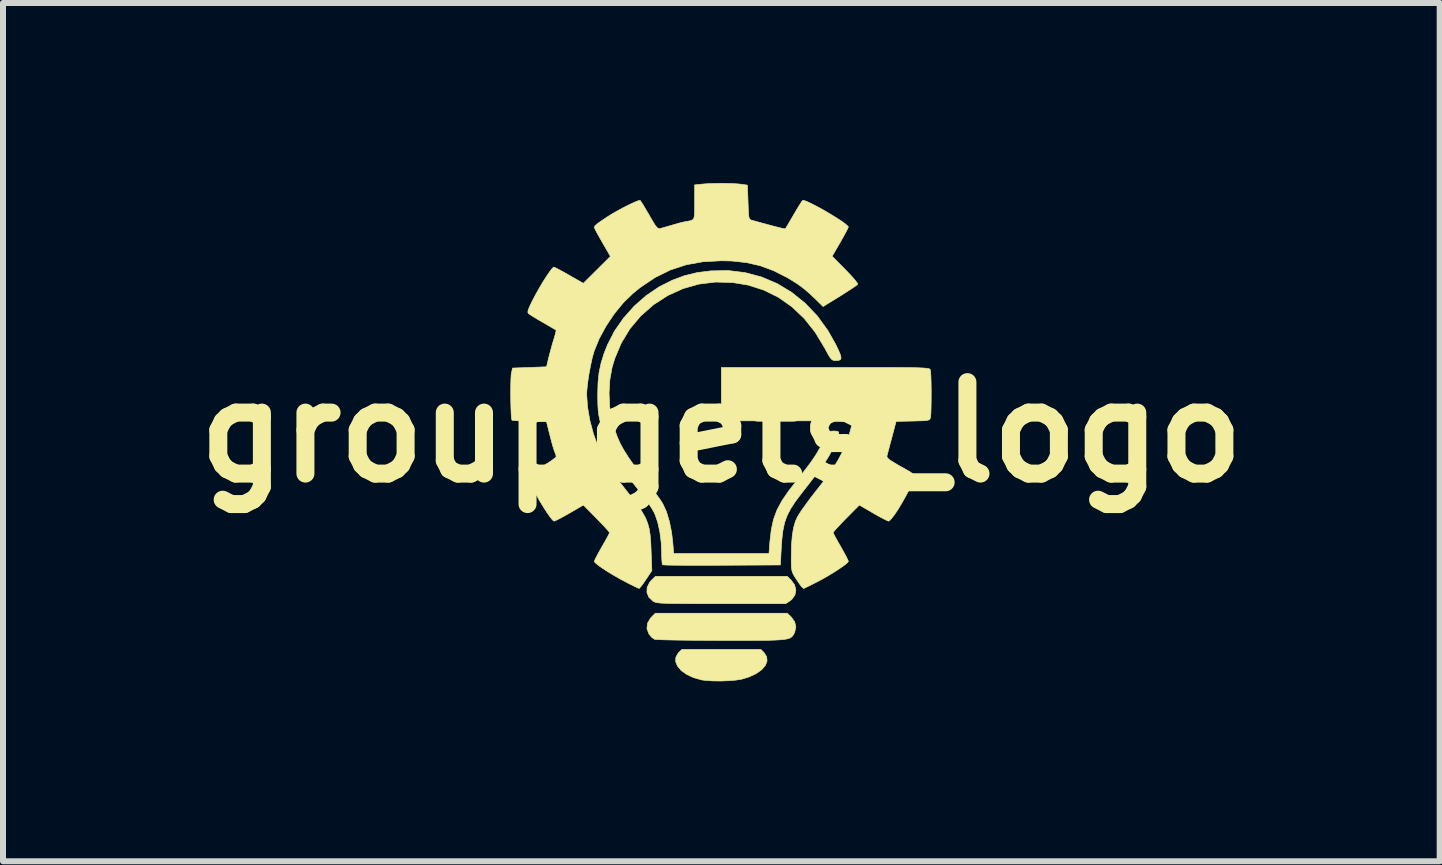
<source format=kicad_pcb>
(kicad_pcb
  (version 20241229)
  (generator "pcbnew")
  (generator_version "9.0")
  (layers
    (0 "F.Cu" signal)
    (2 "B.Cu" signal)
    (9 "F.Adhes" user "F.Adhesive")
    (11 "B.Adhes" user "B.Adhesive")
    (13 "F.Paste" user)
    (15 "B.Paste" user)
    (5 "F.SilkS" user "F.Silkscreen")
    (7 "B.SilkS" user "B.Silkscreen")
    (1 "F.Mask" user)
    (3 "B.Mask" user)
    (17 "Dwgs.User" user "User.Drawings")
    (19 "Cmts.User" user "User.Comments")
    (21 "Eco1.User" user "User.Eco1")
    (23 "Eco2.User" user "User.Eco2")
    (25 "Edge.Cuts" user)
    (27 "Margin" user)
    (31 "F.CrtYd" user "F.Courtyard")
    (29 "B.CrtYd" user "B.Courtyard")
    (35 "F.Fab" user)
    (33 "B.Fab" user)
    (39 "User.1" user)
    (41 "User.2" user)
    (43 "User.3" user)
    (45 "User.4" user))
  (footprint "groupgets_logo"
    (layer "F.Cu")
    (at 8.97 4.152)
    (property "Reference" "groupgets_logo" (at 0 0 0) (layer "F.SilkS") (effects (font (size 1.524 1.524) (thickness 0.3))))
    (attr through_hole)
    (fp_poly (pts (xy 0.71 3.671) (xy 0.755 3.74) (xy 0.762 3.813) (xy 0.733 3.887) (xy 0.671 3.959) (xy 0.58 4.023) (xy 0.462 4.078) (xy 0.337 4.116) (xy 0.242 4.131) (xy 0.119 4.141) (xy -0.016 4.146) (xy -0.15 4.144) (xy -0.267 4.136) (xy -0.331 4.127) (xy -0.465 4.089) (xy -0.578 4.036) (xy -0.668 3.972) (xy -0.73 3.899) (xy -0.761 3.824) (xy -0.758 3.749) (xy -0.718 3.679) (xy -0.71 3.671) (xy -0.658 3.619) (xy 0.658 3.619) (xy 0.71 3.671)) (stroke (width 0.01) (type solid)) (fill yes) (layer "F.SilkS"))
    (fp_poly (pts (xy 1.162 2.464) (xy 1.221 2.544) (xy 1.242 2.63) (xy 1.226 2.714) (xy 1.173 2.787) (xy 1.144 2.81) (xy 1.073 2.857) (xy 0.002 2.857) (xy -0.239 2.857) (xy -0.441 2.857) (xy -0.608 2.856) (xy -0.743 2.855) (xy -0.851 2.854) (xy -0.935 2.851) (xy -0.999 2.848) (xy -1.046 2.844) (xy -1.08 2.838) (xy -1.105 2.832) (xy -1.124 2.823) (xy -1.138 2.815) (xy -1.207 2.752) (xy -1.24 2.673) (xy -1.237 2.588) (xy -1.197 2.504) (xy -1.163 2.464) (xy -1.098 2.402) (xy 1.098 2.402) (xy 1.162 2.464)) (stroke (width 0.01) (type solid)) (fill yes) (layer "F.SilkS"))
    (fp_poly (pts (xy 1.163 3.078) (xy 1.222 3.159) (xy 1.242 3.246) (xy 1.222 3.334) (xy 1.219 3.341) (xy 1.204 3.37) (xy 1.189 3.393) (xy 1.169 3.413) (xy 1.143 3.429) (xy 1.105 3.442) (xy 1.053 3.452) (xy 0.984 3.459) (xy 0.892 3.464) (xy 0.776 3.468) (xy 0.632 3.469) (xy 0.455 3.47) (xy 0.244 3.47) (xy -0.004 3.47) (xy -0.214 3.469) (xy -0.412 3.468) (xy -0.594 3.466) (xy -0.755 3.464) (xy -0.892 3.461) (xy -1.001 3.458) (xy -1.076 3.454) (xy -1.114 3.45) (xy -1.116 3.45) (xy -1.159 3.419) (xy -1.202 3.369) (xy -1.207 3.361) (xy -1.24 3.273) (xy -1.231 3.185) (xy -1.182 3.1) (xy -1.164 3.081) (xy -1.1 3.016) (xy 1.098 3.016) (xy 1.163 3.078)) (stroke (width 0.01) (type solid)) (fill yes) (layer "F.SilkS"))
    (fp_poly (pts (xy 2.045 -1.079) (xy 2.317 -1.079) (xy 2.552 -1.079) (xy 2.752 -1.079) (xy 2.921 -1.078) (xy 3.061 -1.077) (xy 3.176 -1.076) (xy 3.267 -1.074) (xy 3.337 -1.071) (xy 3.39 -1.068) (xy 3.427 -1.064) (xy 3.452 -1.06) (xy 3.468 -1.055) (xy 3.476 -1.048) (xy 3.481 -1.041) (xy 3.482 -1.036) (xy 3.488 -0.998) (xy 3.492 -0.926) (xy 3.495 -0.83) (xy 3.497 -0.718) (xy 3.497 -0.601) (xy 3.496 -0.486) (xy 3.494 -0.383) (xy 3.491 -0.301) (xy 3.486 -0.249) (xy 3.484 -0.239) (xy 3.476 -0.22) (xy 3.461 -0.206) (xy 3.432 -0.198) (xy 3.382 -0.192) (xy 3.304 -0.189) (xy 3.191 -0.186) (xy 3.19 -0.186) (xy 2.912 -0.18) (xy 2.842 0.085) (xy 2.814 0.188) (xy 2.79 0.28) (xy 2.771 0.35) (xy 2.761 0.39) (xy 2.76 0.392) (xy 2.76 0.414) (xy 2.777 0.438) (xy 2.816 0.469) (xy 2.883 0.51) (xy 2.952 0.551) (xy 3.063 0.613) (xy 3.142 0.659) (xy 3.192 0.696) (xy 3.216 0.731) (xy 3.217 0.77) (xy 3.199 0.821) (xy 3.164 0.891) (xy 3.132 0.953) (xy 3.071 1.069) (xy 3.007 1.182) (xy 2.945 1.285) (xy 2.887 1.372) (xy 2.837 1.437) (xy 2.801 1.475) (xy 2.788 1.482) (xy 2.76 1.472) (xy 2.704 1.444) (xy 2.627 1.403) (xy 2.538 1.353) (xy 2.53 1.348) (xy 2.299 1.214) (xy 2.081 1.434) (xy 2.004 1.513) (xy 1.939 1.582) (xy 1.891 1.635) (xy 1.865 1.667) (xy 1.863 1.672) (xy 1.873 1.696) (xy 1.9 1.749) (xy 1.941 1.823) (xy 1.99 1.908) (xy 2.039 1.996) (xy 2.08 2.071) (xy 2.107 2.126) (xy 2.117 2.152) (xy 2.099 2.176) (xy 2.051 2.216) (xy 1.978 2.267) (xy 1.888 2.326) (xy 1.786 2.388) (xy 1.679 2.45) (xy 1.574 2.505) (xy 1.574 2.505) (xy 1.493 2.546) (xy 1.426 2.579) (xy 1.383 2.599) (xy 1.371 2.603) (xy 1.351 2.589) (xy 1.33 2.566) (xy 1.302 2.528) (xy 1.262 2.469) (xy 1.231 2.422) (xy 1.202 2.373) (xy 1.183 2.332) (xy 1.172 2.288) (xy 1.166 2.229) (xy 1.165 2.146) (xy 1.165 2.072) (xy 1.169 1.879) (xy 1.182 1.722) (xy 1.203 1.593) (xy 1.234 1.486) (xy 1.26 1.427) (xy 1.291 1.372) (xy 1.344 1.292) (xy 1.413 1.196) (xy 1.491 1.09) (xy 1.56 1.001) (xy 1.673 0.857) (xy 1.763 0.738) (xy 1.835 0.638) (xy 1.894 0.548) (xy 1.945 0.464) (xy 1.992 0.377) (xy 2.007 0.347) (xy 2.048 0.259) (xy 2.087 0.16) (xy 2.123 0.061) (xy 2.151 -0.03) (xy 2.169 -0.104) (xy 2.174 -0.15) (xy 2.173 -0.158) (xy 2.166 -0.165) (xy 2.149 -0.171) (xy 2.119 -0.176) (xy 2.072 -0.18) (xy 2.005 -0.183) (xy 1.915 -0.186) (xy 1.798 -0.188) (xy 1.65 -0.189) (xy 1.469 -0.19) (xy 1.251 -0.19) (xy 1.107 -0.19) (xy 0.899 -0.19) (xy 0.704 -0.19) (xy 0.525 -0.19) (xy 0.367 -0.19) (xy 0.235 -0.19) (xy 0.131 -0.19) (xy 0.061 -0.19) (xy 0.028 -0.19) (xy 0.026 -0.19) (xy 0.017 -0.2) (xy 0.01 -0.233) (xy 0.005 -0.291) (xy 0.002 -0.381) (xy 0.000381 -0.506) (xy 0 -0.635) (xy 0 -1.079) (xy 1.734 -1.079) (xy 2.045 -1.079)) (stroke (width 0.01) (type solid)) (fill yes) (layer "F.SilkS"))
    (fp_poly (pts (xy 0.398 -2.659) (xy 0.671 -2.586) (xy 0.931 -2.476) (xy 1.174 -2.329) (xy 1.397 -2.149) (xy 1.599 -1.937) (xy 1.776 -1.693) (xy 1.904 -1.466) (xy 1.955 -1.359) (xy 1.986 -1.284) (xy 1.995 -1.236) (xy 1.983 -1.208) (xy 1.95 -1.196) (xy 1.895 -1.194) (xy 1.894 -1.194) (xy 1.865 -1.198) (xy 1.84 -1.212) (xy 1.813 -1.242) (xy 1.78 -1.296) (xy 1.735 -1.379) (xy 1.723 -1.402) (xy 1.564 -1.665) (xy 1.382 -1.894) (xy 1.178 -2.088) (xy 0.954 -2.246) (xy 0.711 -2.367) (xy 0.45 -2.451) (xy 0.188 -2.494) (xy -0.097 -2.502) (xy -0.373 -2.468) (xy -0.638 -2.393) (xy -0.892 -2.278) (xy -1.131 -2.124) (xy -1.134 -2.121) (xy -1.345 -1.936) (xy -1.523 -1.724) (xy -1.667 -1.487) (xy -1.777 -1.226) (xy -1.821 -1.079) (xy -1.858 -0.873) (xy -1.871 -0.649) (xy -1.86 -0.421) (xy -1.824 -0.206) (xy -1.813 -0.165) (xy -1.776 -0.039) (xy -1.734 0.077) (xy -1.684 0.19) (xy -1.621 0.304) (xy -1.542 0.428) (xy -1.444 0.566) (xy -1.323 0.724) (xy -1.222 0.852) (xy -1.148 0.947) (xy -1.078 1.042) (xy -1.018 1.126) (xy -0.977 1.19) (xy -0.975 1.194) (xy -0.915 1.324) (xy -0.866 1.487) (xy -0.829 1.67) (xy -0.81 1.831) (xy -0.794 2.021) (xy 0.794 2.021) (xy 0.809 1.823) (xy 0.832 1.625) (xy 0.869 1.453) (xy 0.927 1.296) (xy 1.009 1.143) (xy 1.119 0.982) (xy 1.175 0.91) (xy 1.299 0.753) (xy 1.399 0.623) (xy 1.48 0.516) (xy 1.544 0.424) (xy 1.595 0.345) (xy 1.637 0.271) (xy 1.674 0.199) (xy 1.678 0.191) (xy 1.718 0.11) (xy 1.753 0.045) (xy 1.779 0.004) (xy 1.786 -0.005) (xy 1.825 -0.017) (xy 1.878 -0.02) (xy 1.929 -0.016) (xy 1.956 -0.003) (xy 1.955 0.028) (xy 1.937 0.089) (xy 1.905 0.17) (xy 1.863 0.264) (xy 1.819 0.349) (xy 1.785 0.409) (xy 1.745 0.473) (xy 1.694 0.548) (xy 1.629 0.638) (xy 1.547 0.747) (xy 1.444 0.88) (xy 1.347 1.005) (xy 1.239 1.147) (xy 1.157 1.271) (xy 1.097 1.388) (xy 1.054 1.506) (xy 1.026 1.638) (xy 1.008 1.792) (xy 0.997 1.958) (xy 0.984 2.212) (xy 0.009 2.217) (xy -0.19 2.218) (xy -0.376 2.218) (xy -0.545 2.218) (xy -0.692 2.217) (xy -0.814 2.216) (xy -0.905 2.214) (xy -0.962 2.211) (xy -0.981 2.209) (xy -0.987 2.182) (xy -0.992 2.124) (xy -0.995 2.045) (xy -0.995 2.01) (xy -1.003 1.833) (xy -1.025 1.66) (xy -1.06 1.502) (xy -1.105 1.371) (xy -1.12 1.338) (xy -1.16 1.268) (xy -1.218 1.18) (xy -1.285 1.087) (xy -1.323 1.037) (xy -1.47 0.848) (xy -1.593 0.685) (xy -1.693 0.543) (xy -1.775 0.417) (xy -1.842 0.302) (xy -1.896 0.192) (xy -1.94 0.083) (xy -1.979 -0.031) (xy -2.003 -0.118) (xy -2.027 -0.21) (xy -2.043 -0.29) (xy -2.053 -0.371) (xy -2.058 -0.464) (xy -2.06 -0.582) (xy -2.06 -0.635) (xy -2.055 -0.829) (xy -2.037 -0.997) (xy -2.004 -1.153) (xy -1.954 -1.314) (xy -1.895 -1.462) (xy -1.78 -1.686) (xy -1.63 -1.901) (xy -1.453 -2.1) (xy -1.254 -2.275) (xy -1.042 -2.419) (xy -1.027 -2.427) (xy -0.817 -2.533) (xy -0.613 -2.609) (xy -0.401 -2.66) (xy -0.18 -2.688) (xy 0.113 -2.694) (xy 0.398 -2.659)) (stroke (width 0.01) (type solid)) (fill yes) (layer "F.SilkS"))
    (fp_poly (pts (xy 0.164 -4.144) (xy 0.273 -4.138) (xy 0.339 -4.131) (xy 0.434 -4.117) (xy 0.445 -3.832) (xy 0.449 -3.717) (xy 0.453 -3.638) (xy 0.459 -3.587) (xy 0.468 -3.557) (xy 0.482 -3.542) (xy 0.501 -3.534) (xy 0.508 -3.532) (xy 0.679 -3.485) (xy 0.813 -3.449) (xy 0.914 -3.422) (xy 0.986 -3.404) (xy 1.033 -3.393) (xy 1.059 -3.389) (xy 1.067 -3.389) (xy 1.08 -3.41) (xy 1.109 -3.459) (xy 1.151 -3.531) (xy 1.202 -3.618) (xy 1.206 -3.625) (xy 1.258 -3.713) (xy 1.303 -3.787) (xy 1.336 -3.839) (xy 1.354 -3.862) (xy 1.354 -3.863) (xy 1.384 -3.86) (xy 1.442 -3.837) (xy 1.521 -3.799) (xy 1.615 -3.75) (xy 1.718 -3.693) (xy 1.821 -3.632) (xy 1.918 -3.572) (xy 2.003 -3.517) (xy 2.069 -3.469) (xy 2.108 -3.434) (xy 2.116 -3.42) (xy 2.106 -3.394) (xy 2.078 -3.339) (xy 2.037 -3.264) (xy 1.987 -3.175) (xy 1.981 -3.164) (xy 1.846 -2.932) (xy 2.064 -2.712) (xy 2.141 -2.632) (xy 2.204 -2.563) (xy 2.249 -2.508) (xy 2.271 -2.475) (xy 2.273 -2.468) (xy 2.252 -2.448) (xy 2.2 -2.411) (xy 2.115 -2.355) (xy 1.996 -2.279) (xy 1.842 -2.184) (xy 1.774 -2.143) (xy 1.695 -2.094) (xy 1.573 -2.214) (xy 1.463 -2.318) (xy 1.367 -2.399) (xy 1.272 -2.469) (xy 1.164 -2.537) (xy 1.097 -2.577) (xy 0.872 -2.691) (xy 0.651 -2.773) (xy 0.421 -2.826) (xy 0.173 -2.853) (xy -0.000136 -2.857) (xy -0.304 -2.841) (xy -0.586 -2.79) (xy -0.851 -2.703) (xy -1.104 -2.578) (xy -1.35 -2.413) (xy -1.472 -2.314) (xy -1.632 -2.159) (xy -1.784 -1.974) (xy -1.921 -1.769) (xy -2.036 -1.557) (xy -2.12 -1.351) (xy -2.151 -1.241) (xy -2.18 -1.107) (xy -2.207 -0.962) (xy -2.228 -0.821) (xy -2.241 -0.696) (xy -2.244 -0.626) (xy -2.23 -0.422) (xy -2.192 -0.2) (xy -2.132 0.025) (xy -2.054 0.241) (xy -1.995 0.37) (xy -1.952 0.453) (xy -1.909 0.529) (xy -1.86 0.605) (xy -1.801 0.689) (xy -1.726 0.789) (xy -1.63 0.912) (xy -1.598 0.953) (xy -1.482 1.101) (xy -1.389 1.225) (xy -1.318 1.331) (xy -1.265 1.425) (xy -1.228 1.516) (xy -1.202 1.611) (xy -1.186 1.716) (xy -1.176 1.839) (xy -1.17 1.984) (xy -1.158 2.307) (xy -1.257 2.455) (xy -1.303 2.523) (xy -1.342 2.574) (xy -1.367 2.601) (xy -1.371 2.603) (xy -1.395 2.594) (xy -1.448 2.569) (xy -1.521 2.533) (xy -1.575 2.505) (xy -1.687 2.446) (xy -1.797 2.383) (xy -1.9 2.32) (xy -1.99 2.261) (xy -2.06 2.211) (xy -2.104 2.173) (xy -2.117 2.154) (xy -2.107 2.126) (xy -2.079 2.07) (xy -2.038 1.994) (xy -1.99 1.908) (xy -1.94 1.822) (xy -1.9 1.749) (xy -1.873 1.697) (xy -1.863 1.673) (xy -1.877 1.653) (xy -1.916 1.609) (xy -1.974 1.546) (xy -2.046 1.471) (xy -2.081 1.435) (xy -2.299 1.214) (xy -2.53 1.348) (xy -2.62 1.399) (xy -2.698 1.441) (xy -2.756 1.47) (xy -2.786 1.482) (xy -2.787 1.482) (xy -2.812 1.464) (xy -2.852 1.415) (xy -2.903 1.343) (xy -2.961 1.253) (xy -3.022 1.153) (xy -3.081 1.049) (xy -3.136 0.949) (xy -3.182 0.859) (xy -3.214 0.786) (xy -3.23 0.737) (xy -3.229 0.722) (xy -3.208 0.705) (xy -3.157 0.672) (xy -3.083 0.627) (xy -2.995 0.576) (xy -2.985 0.57) (xy -2.897 0.517) (xy -2.824 0.469) (xy -2.773 0.431) (xy -2.752 0.408) (xy -2.752 0.407) (xy -2.761 0.365) (xy -2.773 0.338) (xy -2.787 0.301) (xy -2.808 0.234) (xy -2.832 0.146) (xy -2.855 0.058) (xy -2.915 -0.18) (xy -3.195 -0.184) (xy -3.3 -0.186) (xy -3.389 -0.19) (xy -3.454 -0.195) (xy -3.487 -0.2) (xy -3.489 -0.201) (xy -3.496 -0.228) (xy -3.501 -0.288) (xy -3.505 -0.375) (xy -3.508 -0.478) (xy -3.51 -0.59) (xy -3.51 -0.703) (xy -3.509 -0.808) (xy -3.506 -0.897) (xy -3.502 -0.962) (xy -3.498 -0.984) (xy -3.48 -1.069) (xy -2.913 -1.09) (xy -2.875 -1.249) (xy -2.848 -1.353) (xy -2.817 -1.466) (xy -2.791 -1.551) (xy -2.77 -1.622) (xy -2.757 -1.676) (xy -2.754 -1.701) (xy -2.754 -1.702) (xy -2.775 -1.714) (xy -2.824 -1.743) (xy -2.896 -1.785) (xy -2.974 -1.83) (xy -3.061 -1.88) (xy -3.136 -1.926) (xy -3.19 -1.96) (xy -3.214 -1.978) (xy -3.224 -1.996) (xy -3.221 -2.027) (xy -3.203 -2.076) (xy -3.168 -2.152) (xy -3.142 -2.204) (xy -3.09 -2.302) (xy -3.032 -2.405) (xy -2.972 -2.506) (xy -2.914 -2.597) (xy -2.862 -2.673) (xy -2.821 -2.727) (xy -2.795 -2.751) (xy -2.792 -2.752) (xy -2.767 -2.742) (xy -2.712 -2.714) (xy -2.637 -2.673) (xy -2.548 -2.623) (xy -2.536 -2.616) (xy -2.3 -2.481) (xy -1.848 -2.93) (xy -1.982 -3.161) (xy -2.033 -3.251) (xy -2.076 -3.327) (xy -2.105 -3.384) (xy -2.117 -3.413) (xy -2.117 -3.414) (xy -2.111 -3.431) (xy -2.091 -3.453) (xy -2.052 -3.485) (xy -1.987 -3.53) (xy -1.894 -3.592) (xy -1.814 -3.642) (xy -1.722 -3.694) (xy -1.626 -3.746) (xy -1.534 -3.792) (xy -1.453 -3.83) (xy -1.391 -3.855) (xy -1.357 -3.863) (xy -1.353 -3.862) (xy -1.337 -3.841) (xy -1.304 -3.79) (xy -1.261 -3.716) (xy -1.209 -3.628) (xy -1.203 -3.618) (xy -1.146 -3.519) (xy -1.104 -3.452) (xy -1.074 -3.413) (xy -1.05 -3.395) (xy -1.028 -3.393) (xy -1.027 -3.393) (xy -0.988 -3.403) (xy -0.921 -3.422) (xy -0.836 -3.446) (xy -0.797 -3.458) (xy -0.709 -3.483) (xy -0.633 -3.502) (xy -0.581 -3.512) (xy -0.568 -3.514) (xy -0.514 -3.524) (xy -0.485 -3.536) (xy -0.469 -3.548) (xy -0.457 -3.569) (xy -0.45 -3.605) (xy -0.446 -3.664) (xy -0.445 -3.753) (xy -0.445 -3.839) (xy -0.445 -4.121) (xy -0.314 -4.135) (xy -0.214 -4.142) (xy -0.092 -4.146) (xy 0.038 -4.147) (xy 0.164 -4.144)) (stroke (width 0.01) (type solid)) (fill yes) (layer "F.SilkS")))
  (gr_rect
    (start -3 -3)
    (end 20.94 11.302)
    (stroke (width 0.1) (type default))
    (fill no)
    (layer "Edge.Cuts")))
</source>
